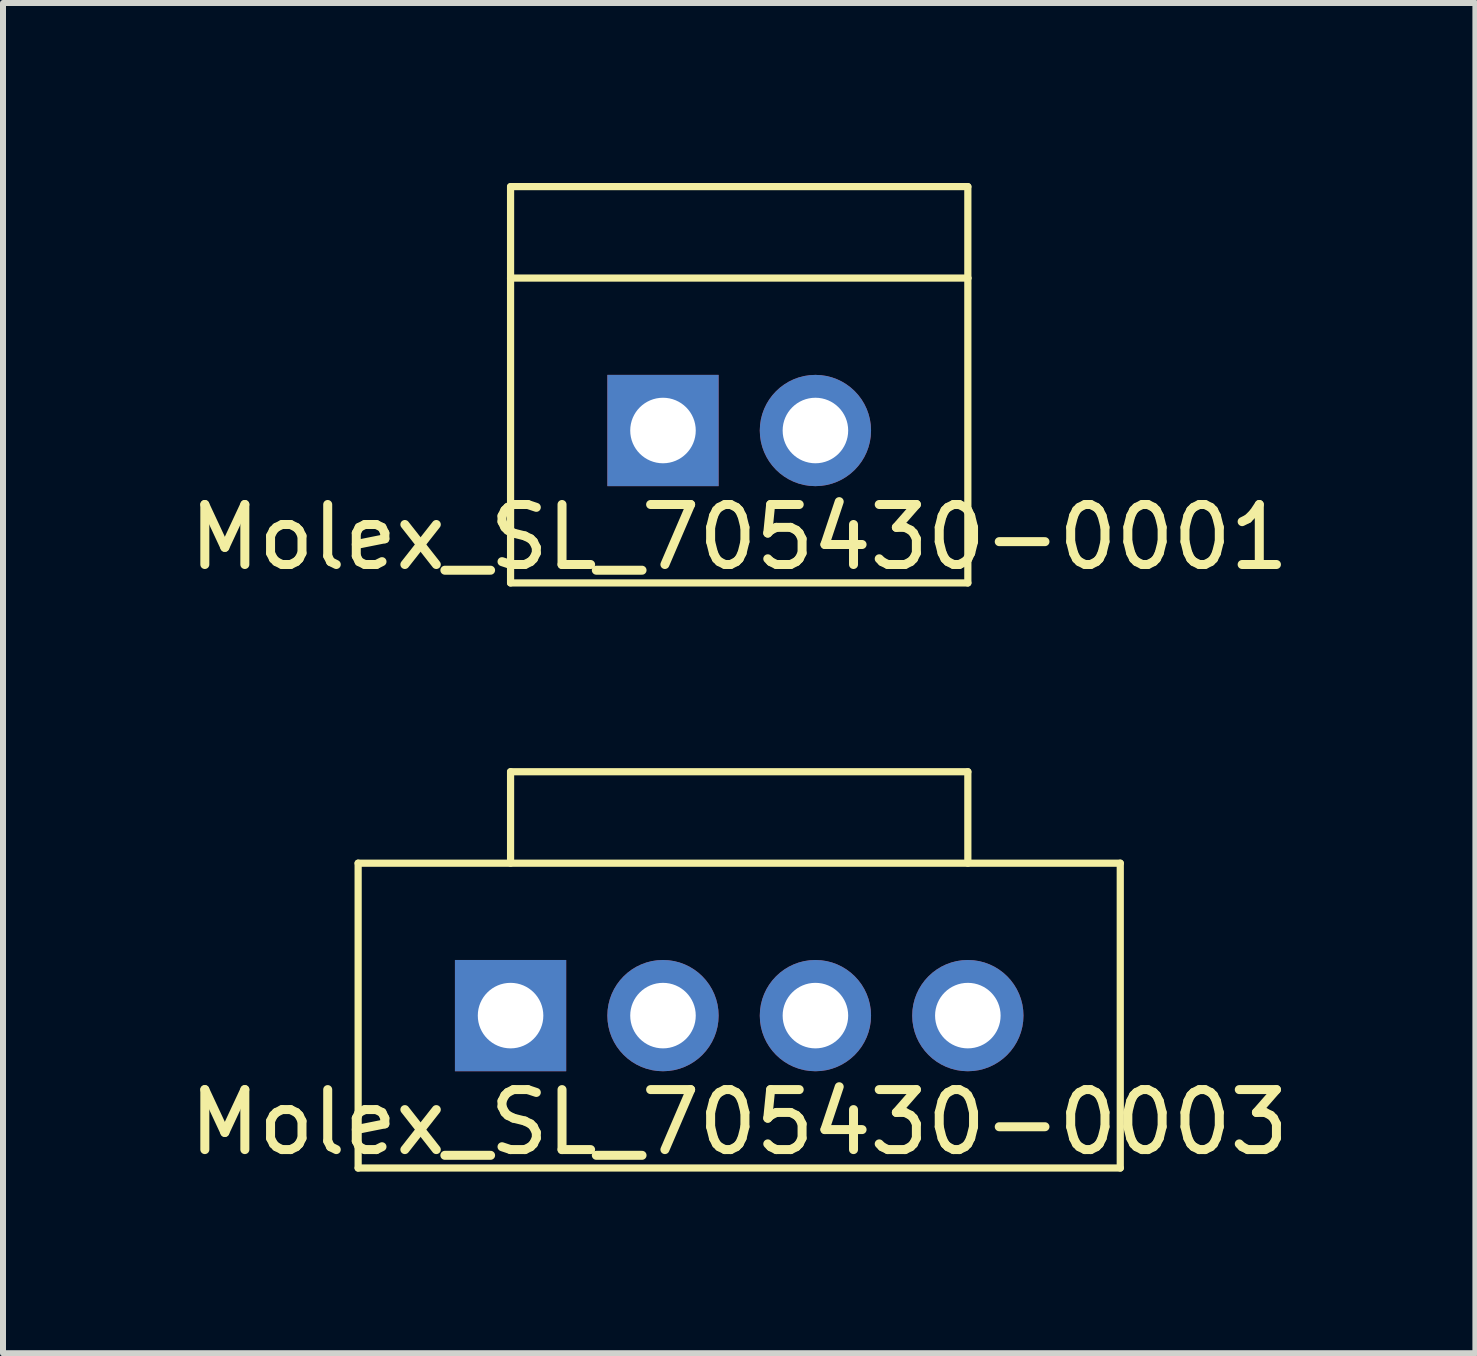
<source format=kicad_pcb>
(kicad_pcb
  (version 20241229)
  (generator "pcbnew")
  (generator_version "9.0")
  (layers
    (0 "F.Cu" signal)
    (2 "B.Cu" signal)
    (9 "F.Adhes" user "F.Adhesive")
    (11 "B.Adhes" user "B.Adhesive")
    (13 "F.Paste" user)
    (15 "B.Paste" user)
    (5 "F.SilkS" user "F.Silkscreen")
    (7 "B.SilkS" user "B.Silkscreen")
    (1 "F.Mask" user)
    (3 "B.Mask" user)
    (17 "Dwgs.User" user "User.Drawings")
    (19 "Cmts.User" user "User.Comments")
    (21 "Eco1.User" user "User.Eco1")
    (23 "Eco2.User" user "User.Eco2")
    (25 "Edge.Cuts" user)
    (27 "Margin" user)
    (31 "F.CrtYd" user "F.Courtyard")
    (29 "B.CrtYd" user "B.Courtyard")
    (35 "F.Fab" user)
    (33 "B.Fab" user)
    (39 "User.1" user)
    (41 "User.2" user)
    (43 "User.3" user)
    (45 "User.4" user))
  (footprint "Molex_SL_705430-0001"
    (layer "F.Cu")
    (at 7.998 4.124)
    (property "Reference" "Molex_SL_705430-0001" (at 1.27 1.778 0) (layer "F.SilkS") (effects (font (size 1 1) (thickness 0.15))))
    (attr through_hole)
    (fp_line (start -2.54 -4.064) (end 5.08 -4.064) (stroke (width 0.12) (type solid)) (layer "F.SilkS"))
    (fp_line (start -2.54 -2.54) (end -2.54 -4.064) (stroke (width 0.12) (type solid)) (layer "F.SilkS"))
    (fp_line (start -2.54 -2.54) (end 5.08 -2.54) (stroke (width 0.12) (type solid)) (layer "F.SilkS"))
    (fp_line (start -2.54 2.54) (end -2.54 -2.54) (stroke (width 0.12) (type solid)) (layer "F.SilkS"))
    (fp_line (start 5.08 -4.064) (end 5.08 -2.54) (stroke (width 0.12) (type solid)) (layer "F.SilkS"))
    (fp_line (start 5.08 -2.54) (end 5.08 2.54) (stroke (width 0.12) (type solid)) (layer "F.SilkS"))
    (fp_line (start 5.08 2.54) (end -2.54 2.54) (stroke (width 0.12) (type solid)) (layer "F.SilkS"))
    (pad "1" thru_hole rect (at 0 0) (size 1.854 1.854) (drill 1.092) (layers "*.Cu" "*.Mask"))
    (pad "2" thru_hole circle (at 2.54 0) (size 1.854 1.854) (drill 1.092) (layers "*.Cu" "*.Mask")))
  (footprint "Molex_SL_705430-0003"
    (layer "F.Cu")
    (at 5.458 13.874)
    (property "Reference" "Molex_SL_705430-0003" (at 3.81 1.778 0) (layer "F.SilkS") (effects (font (size 1 1) (thickness 0.15))))
    (attr through_hole)
    (fp_line (start -2.54 -2.54) (end 10.16 -2.54) (stroke (width 0.12) (type solid)) (layer "F.SilkS"))
    (fp_line (start -2.54 2.54) (end -2.54 -2.54) (stroke (width 0.12) (type solid)) (layer "F.SilkS"))
    (fp_line (start 0 -4.064) (end 7.62 -4.064) (stroke (width 0.12) (type solid)) (layer "F.SilkS"))
    (fp_line (start 0 -2.54) (end 0 -4.064) (stroke (width 0.12) (type solid)) (layer "F.SilkS"))
    (fp_line (start 7.62 -4.064) (end 7.62 -2.54) (stroke (width 0.12) (type solid)) (layer "F.SilkS"))
    (fp_line (start 10.16 -2.54) (end 10.16 2.54) (stroke (width 0.12) (type solid)) (layer "F.SilkS"))
    (fp_line (start 10.16 2.54) (end -2.54 2.54) (stroke (width 0.12) (type solid)) (layer "F.SilkS"))
    (pad "1" thru_hole rect (at 0 0) (size 1.854 1.854) (drill 1.092) (layers "*.Cu" "*.Mask"))
    (pad "2" thru_hole circle (at 2.54 0) (size 1.854 1.854) (drill 1.092) (layers "*.Cu" "*.Mask"))
    (pad "3" thru_hole circle (at 5.08 0) (size 1.854 1.854) (drill 1.092) (layers "*.Cu" "*.Mask"))
    (pad "4" thru_hole circle (at 7.62 0) (size 1.854 1.854) (drill 1.092) (layers "*.Cu" "*.Mask")))
  (gr_rect
    (start -3 -3)
    (end 21.536 19.5)
    (stroke (width 0.1) (type default))
    (fill no)
    (layer "Edge.Cuts")))
</source>
